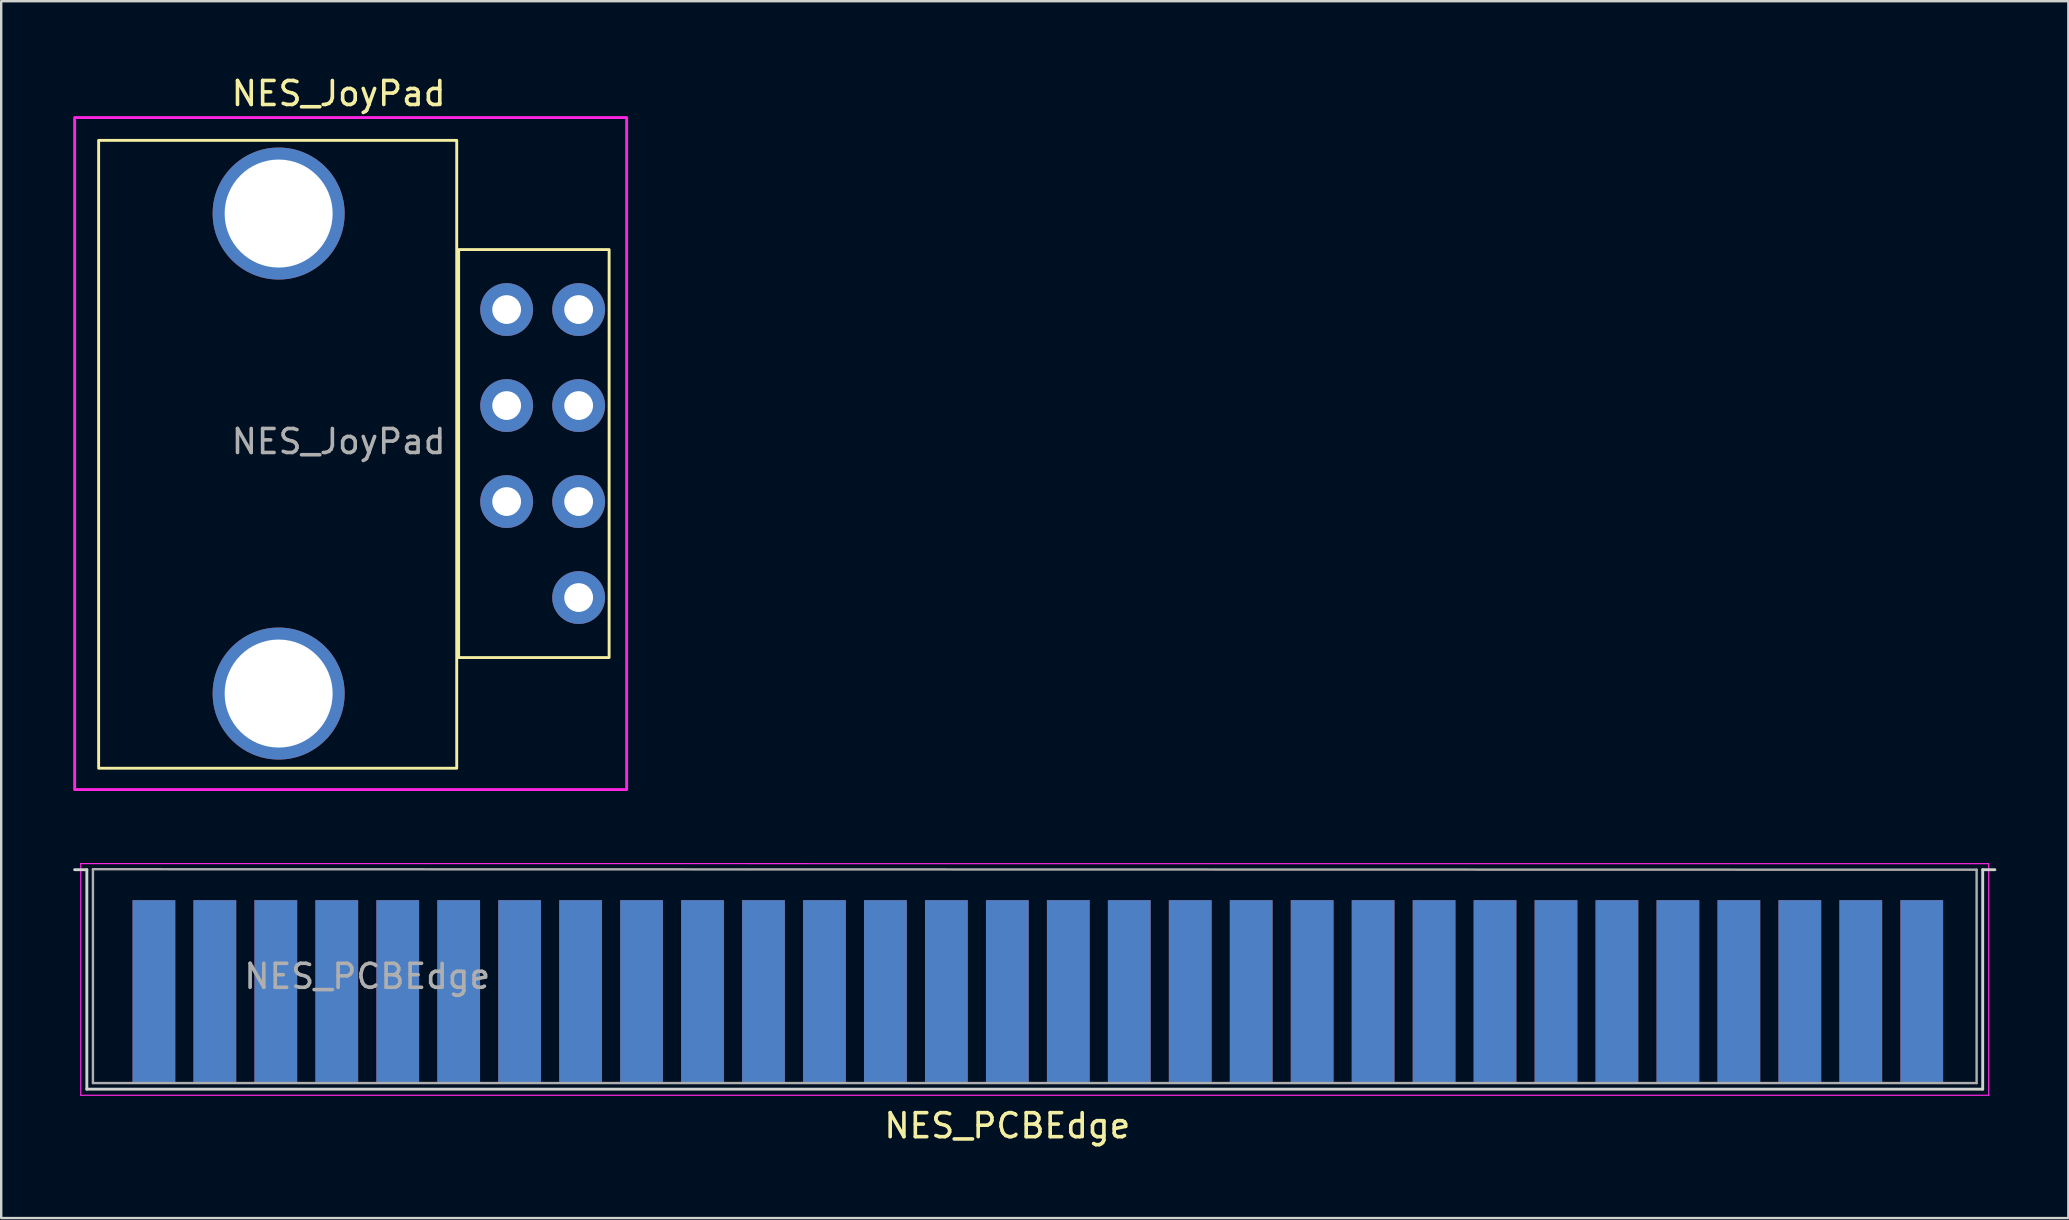
<source format=kicad_pcb>
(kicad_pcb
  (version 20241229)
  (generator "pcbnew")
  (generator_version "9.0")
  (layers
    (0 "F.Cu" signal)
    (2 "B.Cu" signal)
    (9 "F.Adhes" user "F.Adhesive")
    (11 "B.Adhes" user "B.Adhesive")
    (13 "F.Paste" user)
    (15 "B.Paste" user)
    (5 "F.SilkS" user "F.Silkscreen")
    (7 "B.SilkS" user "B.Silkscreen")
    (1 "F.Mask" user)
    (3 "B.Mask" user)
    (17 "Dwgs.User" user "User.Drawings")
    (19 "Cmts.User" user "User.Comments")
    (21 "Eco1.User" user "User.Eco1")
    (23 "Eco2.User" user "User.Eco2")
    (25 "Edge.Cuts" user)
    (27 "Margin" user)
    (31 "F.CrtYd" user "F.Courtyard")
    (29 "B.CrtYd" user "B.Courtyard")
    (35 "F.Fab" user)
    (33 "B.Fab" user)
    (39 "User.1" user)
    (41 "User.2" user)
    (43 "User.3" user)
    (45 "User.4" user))
  (footprint "NES_PCBEdge"
    (layer "F.Cu")
    (at 38.922 38.267)
    (property "Reference" "NES_PCBEdge" (at 0 5.588 0) (layer "F.SilkS") (effects (font (size 1 1) (thickness 0.15))))
    (attr exclude_from_pos_files exclude_from_bom)
    (fp_line (start -38.862 -5.08) (end -38.354 -5.08) (stroke (width 0.12) (type solid)) (layer "Edge.Cuts"))
    (fp_line (start -38.354 -5.08) (end -38.354 4.064) (stroke (width 0.12) (type solid)) (layer "Edge.Cuts"))
    (fp_line (start 40.64 -5.08) (end 41.148 -5.08) (stroke (width 0.12) (type solid)) (layer "Edge.Cuts"))
    (fp_line (start 40.64 4.064) (end -38.354 4.064) (stroke (width 0.12) (type solid)) (layer "Edge.Cuts"))
    (fp_line (start 40.64 4.064) (end 40.64 -5.08) (stroke (width 0.12) (type solid)) (layer "Edge.Cuts"))
    (fp_line (start -38.608 -5.334) (end 40.89 -5.33) (stroke (width 0.05) (type solid)) (layer "F.CrtYd"))
    (fp_line (start -38.608 4.318) (end -38.608 -5.334) (stroke (width 0.05) (type solid)) (layer "F.CrtYd"))
    (fp_line (start 40.89 4.318) (end -38.608 4.318) (stroke (width 0.05) (type solid)) (layer "F.CrtYd"))
    (fp_line (start 40.89 4.318) (end 40.89 -5.33) (stroke (width 0.05) (type solid)) (layer "F.CrtYd"))
    (fp_line (start -38.1 -5.1) (end 40.386 -5.08) (stroke (width 0.1) (type solid)) (layer "F.Fab"))
    (fp_line (start -38.1 3.81) (end -38.1 -5.1) (stroke (width 0.1) (type solid)) (layer "F.Fab"))
    (fp_line (start 40.386 -5.08) (end 40.386 3.81) (stroke (width 0.1) (type solid)) (layer "F.Fab"))
    (fp_line (start 40.386 3.81) (end -38.1 3.81) (stroke (width 0.1) (type solid)) (layer "F.Fab"))
    (fp_text user "${REFERENCE}" (at -26.67 -0.635 0) (layer "F.Fab") (effects (font (size 1 1) (thickness 0.15))))
    (pad "1" connect rect (at 38.1 0) (size 1.78 7.62) (layers "F.Cu" "F.Mask"))
    (pad "1" connect rect (at 38.1 0) (size 1.78 7.62) (layers "B.Cu" "B.Mask"))
    (pad "2" connect rect (at 35.56 0) (size 1.78 7.62) (layers "F.Cu" "F.Mask"))
    (pad "2" connect rect (at 35.56 0) (size 1.78 7.62) (layers "B.Cu" "B.Mask"))
    (pad "3" connect rect (at 33.02 0) (size 1.78 7.62) (layers "F.Cu" "F.Mask"))
    (pad "3" connect rect (at 33.02 0) (size 1.78 7.62) (layers "B.Cu" "B.Mask"))
    (pad "4" connect rect (at 30.48 0) (size 1.78 7.62) (layers "F.Cu" "F.Mask"))
    (pad "4" connect rect (at 30.48 0) (size 1.78 7.62) (layers "B.Cu" "B.Mask"))
    (pad "5" connect rect (at 27.94 0) (size 1.78 7.62) (layers "F.Cu" "F.Mask"))
    (pad "5" connect rect (at 27.94 0) (size 1.78 7.62) (layers "B.Cu" "B.Mask"))
    (pad "6" connect rect (at 25.4 0) (size 1.78 7.62) (layers "F.Cu" "F.Mask"))
    (pad "6" connect rect (at 25.4 0) (size 1.78 7.62) (layers "B.Cu" "B.Mask"))
    (pad "7" connect rect (at 22.86 0) (size 1.78 7.62) (layers "F.Cu" "F.Mask"))
    (pad "7" connect rect (at 22.86 0) (size 1.78 7.62) (layers "B.Cu" "B.Mask"))
    (pad "8" connect rect (at 20.32 0) (size 1.78 7.62) (layers "F.Cu" "F.Mask"))
    (pad "8" connect rect (at 20.32 0) (size 1.78 7.62) (layers "B.Cu" "B.Mask"))
    (pad "9" connect rect (at 17.78 0) (size 1.78 7.62) (layers "F.Cu" "F.Mask"))
    (pad "9" connect rect (at 17.78 0) (size 1.78 7.62) (layers "B.Cu" "B.Mask"))
    (pad "10" connect rect (at 15.24 0) (size 1.78 7.62) (layers "F.Cu" "F.Mask"))
    (pad "10" connect rect (at 15.24 0) (size 1.78 7.62) (layers "B.Cu" "B.Mask"))
    (pad "11" connect rect (at 12.7 0) (size 1.78 7.62) (layers "F.Cu" "F.Mask"))
    (pad "11" connect rect (at 12.7 0) (size 1.78 7.62) (layers "B.Cu" "B.Mask"))
    (pad "12" connect rect (at 10.16 0) (size 1.78 7.62) (layers "F.Cu" "F.Mask"))
    (pad "12" connect rect (at 10.16 0) (size 1.78 7.62) (layers "B.Cu" "B.Mask"))
    (pad "13" connect rect (at 7.62 0) (size 1.78 7.62) (layers "F.Cu" "F.Mask"))
    (pad "13" connect rect (at 7.62 0) (size 1.78 7.62) (layers "B.Cu" "B.Mask"))
    (pad "14" connect rect (at 5.08 0) (size 1.78 7.62) (layers "F.Cu" "F.Mask"))
    (pad "14" connect rect (at 5.08 0) (size 1.78 7.62) (layers "B.Cu" "B.Mask"))
    (pad "15" connect rect (at 2.54 0) (size 1.78 7.62) (layers "F.Cu" "F.Mask"))
    (pad "15" connect rect (at 2.54 0) (size 1.78 7.62) (layers "B.Cu" "B.Mask"))
    (pad "16" connect rect (at 0 0) (size 1.78 7.62) (layers "F.Cu" "F.Mask"))
    (pad "16" connect rect (at 0 0) (size 1.78 7.62) (layers "B.Cu" "B.Mask"))
    (pad "17" connect rect (at -2.54 0) (size 1.78 7.62) (layers "F.Cu" "F.Mask"))
    (pad "17" connect rect (at -2.54 0) (size 1.78 7.62) (layers "B.Cu" "B.Mask"))
    (pad "18" connect rect (at -5.08 0) (size 1.78 7.62) (layers "F.Cu" "F.Mask"))
    (pad "18" connect rect (at -5.08 0) (size 1.78 7.62) (layers "B.Cu" "B.Mask"))
    (pad "19" connect rect (at -7.62 0) (size 1.78 7.62) (layers "F.Cu" "F.Mask"))
    (pad "19" connect rect (at -7.62 0) (size 1.78 7.62) (layers "B.Cu" "B.Mask"))
    (pad "20" connect rect (at -10.16 0) (size 1.78 7.62) (layers "F.Cu" "F.Mask"))
    (pad "20" connect rect (at -10.16 0) (size 1.78 7.62) (layers "B.Cu" "B.Mask"))
    (pad "21" connect rect (at -12.7 0) (size 1.78 7.62) (layers "F.Cu" "F.Mask"))
    (pad "21" connect rect (at -12.7 0) (size 1.78 7.62) (layers "B.Cu" "B.Mask"))
    (pad "22" connect rect (at -15.24 0) (size 1.78 7.62) (layers "F.Cu" "F.Mask"))
    (pad "22" connect rect (at -15.24 0) (size 1.78 7.62) (layers "B.Cu" "B.Mask"))
    (pad "23" connect rect (at -17.78 0) (size 1.78 7.62) (layers "F.Cu" "F.Mask"))
    (pad "23" connect rect (at -17.78 0) (size 1.78 7.62) (layers "B.Cu" "B.Mask"))
    (pad "24" connect rect (at -20.32 0) (size 1.78 7.62) (layers "F.Cu" "F.Mask"))
    (pad "24" connect rect (at -20.32 0) (size 1.78 7.62) (layers "B.Cu" "B.Mask"))
    (pad "25" connect rect (at -22.86 0) (size 1.78 7.62) (layers "F.Cu" "F.Mask"))
    (pad "25" connect rect (at -22.86 0) (size 1.78 7.62) (layers "B.Cu" "B.Mask"))
    (pad "26" connect rect (at -25.4 0) (size 1.78 7.62) (layers "F.Cu" "F.Mask"))
    (pad "26" connect rect (at -25.4 0) (size 1.78 7.62) (layers "B.Cu" "B.Mask"))
    (pad "27" connect rect (at -27.94 0) (size 1.78 7.62) (layers "F.Cu" "F.Mask"))
    (pad "27" connect rect (at -27.94 0) (size 1.78 7.62) (layers "B.Cu" "B.Mask"))
    (pad "28" connect rect (at -30.48 0) (size 1.78 7.62) (layers "F.Cu" "F.Mask"))
    (pad "28" connect rect (at -30.48 0) (size 1.78 7.62) (layers "B.Cu" "B.Mask"))
    (pad "29" connect rect (at -33.02 0) (size 1.78 7.62) (layers "F.Cu" "F.Mask"))
    (pad "29" connect rect (at -33.02 0) (size 1.78 7.62) (layers "B.Cu" "B.Mask"))
    (pad "30" connect rect (at -35.56 0) (size 1.78 7.62) (layers "F.Cu" "F.Mask"))
    (pad "30" connect rect (at -35.56 0) (size 1.78 7.62) (layers "B.Cu" "B.Mask")))
  (footprint "NES_JoyPad"
    (layer "F.Cu")
    (at 21.06 21.848)
    (property "Reference" "NES_JoyPad" (at -10 -21 0) (unlocked yes) (layer "F.SilkS") (effects (font (size 1 1) (thickness 0.15))))
    (fp_rect (start -20 -19.05) (end -5.08 7.112) (stroke (width 0.12) (type solid)) (fill no) (layer "F.SilkS"))
    (fp_rect (start -5 -14.5) (end 1.27 2.5) (stroke (width 0.12) (type solid)) (fill no) (layer "F.SilkS"))
    (fp_rect (start -21 -20) (end 2 8) (stroke (width 0.12) (type solid)) (fill no) (layer "F.CrtYd"))
    (fp_text user "${REFERENCE}" (at -10 -6.5 0) (unlocked yes) (layer "F.Fab") (effects (font (size 1 1) (thickness 0.15))))
    (pad "" np_thru_hole circle (at -12.5 -16) (size 5.5 5.5) (drill 4.5) (layers "*.Cu" "*.Mask"))
    (pad "" np_thru_hole circle (at -12.5 4) (size 5.5 5.5) (drill 4.5) (layers "*.Cu" "*.Mask"))
    (pad "1" thru_hole circle (at 0 0) (size 2.2 2.2) (drill 1.2) (layers "*.Cu" "*.Mask"))
    (pad "2" thru_hole circle (at 0 -4) (size 2.2 2.2) (drill 1.2) (layers "*.Cu" "*.Mask"))
    (pad "3" thru_hole circle (at 0 -8) (size 2.2 2.2) (drill 1.2) (layers "*.Cu" "*.Mask"))
    (pad "4" thru_hole circle (at 0 -12) (size 2.2 2.2) (drill 1.2) (layers "*.Cu" "*.Mask"))
    (pad "5" thru_hole circle (at -3 -12) (size 2.2 2.2) (drill 1.2) (layers "*.Cu" "*.Mask"))
    (pad "6" thru_hole circle (at -3 -8) (size 2.2 2.2) (drill 1.2) (layers "*.Cu" "*.Mask"))
    (pad "7" thru_hole circle (at -3 -4) (size 2.2 2.2) (drill 1.2) (layers "*.Cu" "*.Mask")))
  (gr_rect
    (start -3 -3)
    (end 83.13 47.703)
    (stroke (width 0.1) (type default))
    (fill no)
    (layer "Edge.Cuts")))
</source>
